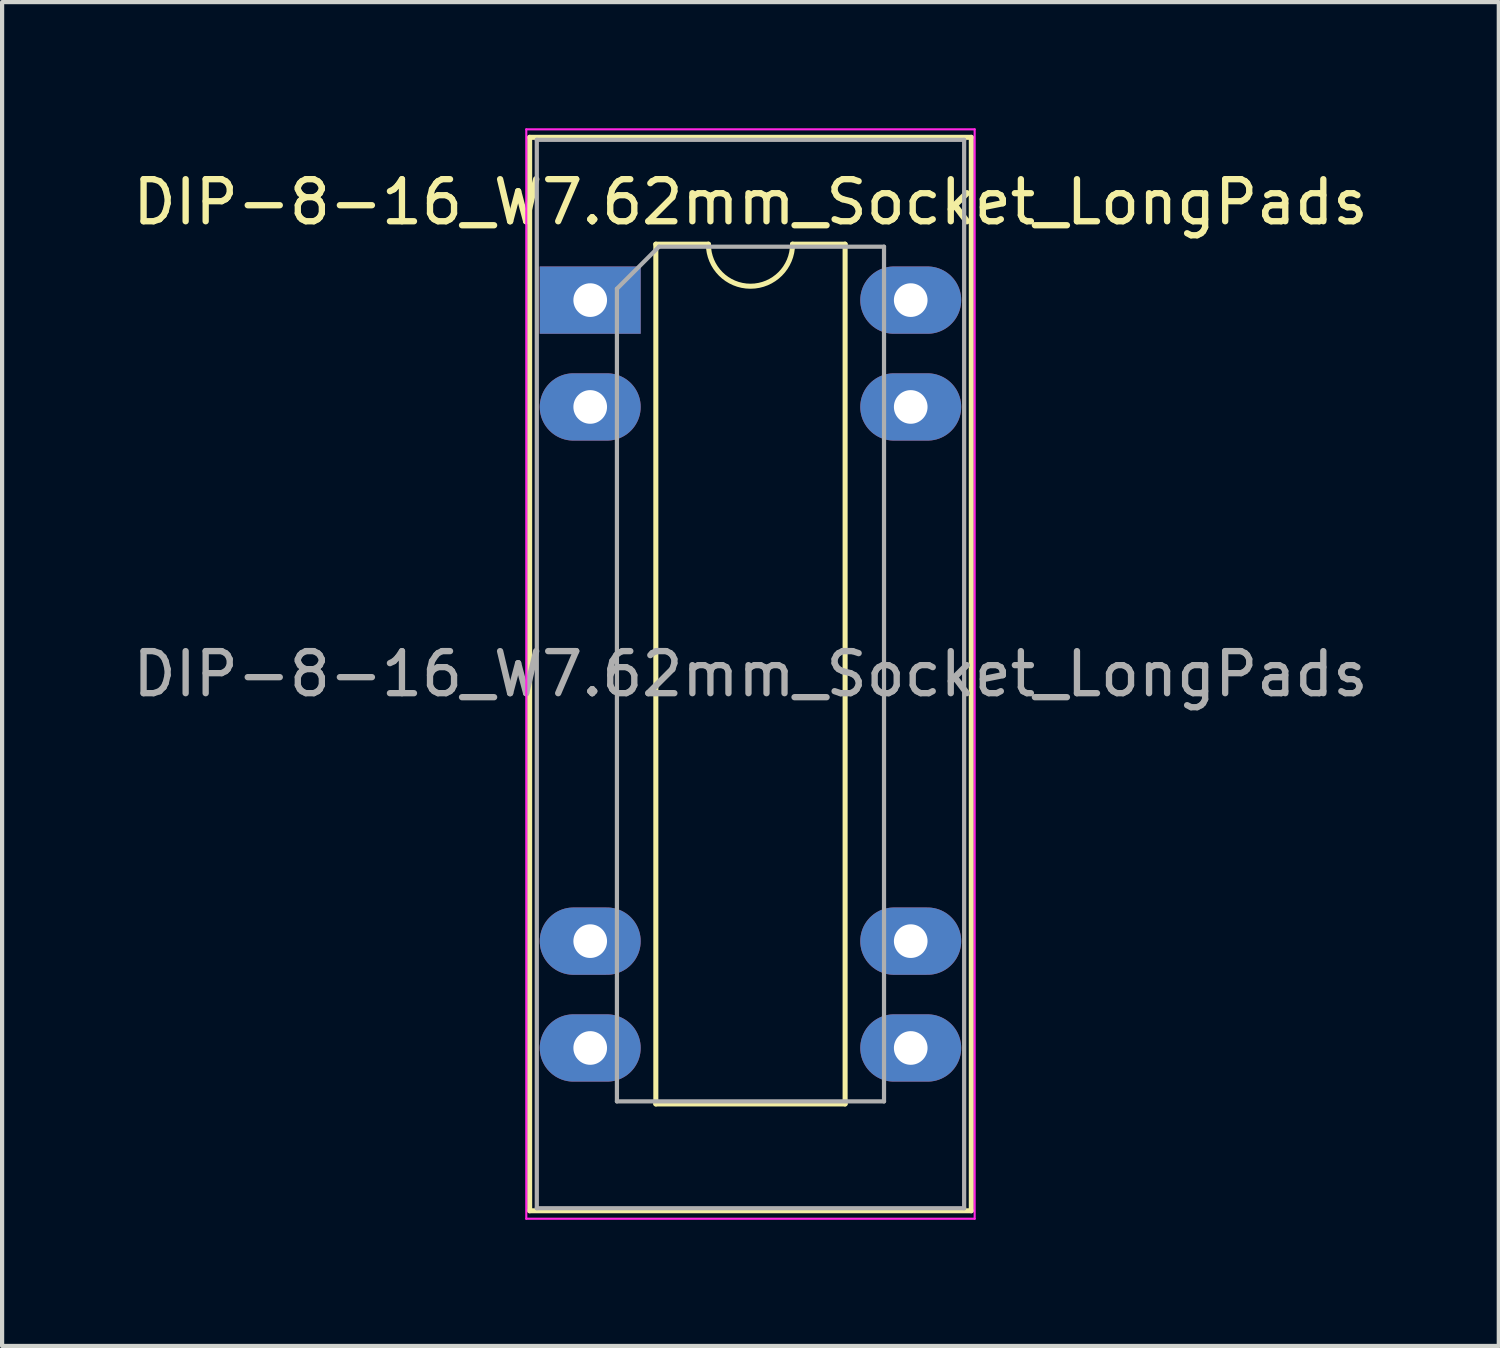
<source format=kicad_pcb>
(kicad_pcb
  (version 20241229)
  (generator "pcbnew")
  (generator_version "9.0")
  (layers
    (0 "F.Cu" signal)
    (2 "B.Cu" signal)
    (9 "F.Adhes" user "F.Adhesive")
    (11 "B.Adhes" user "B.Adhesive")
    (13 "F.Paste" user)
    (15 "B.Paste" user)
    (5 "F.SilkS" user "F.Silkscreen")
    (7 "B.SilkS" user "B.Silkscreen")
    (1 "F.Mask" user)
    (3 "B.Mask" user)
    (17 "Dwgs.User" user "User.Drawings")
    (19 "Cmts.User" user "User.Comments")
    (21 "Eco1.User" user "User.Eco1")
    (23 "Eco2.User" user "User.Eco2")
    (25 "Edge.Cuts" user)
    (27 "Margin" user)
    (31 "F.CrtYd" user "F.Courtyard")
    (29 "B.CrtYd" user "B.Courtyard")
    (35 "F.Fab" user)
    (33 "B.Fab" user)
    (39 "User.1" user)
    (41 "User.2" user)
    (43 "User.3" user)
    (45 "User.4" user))
  (footprint "DIP-8-16_W7.62mm_Socket_LongPads"
    (layer "F.Cu")
    (at 10.982 4.085)
    (property "Reference" "DIP-8-16_W7.62mm_Socket_LongPads" (at 3.81 -2.33 0) (layer "F.SilkS") (effects (font (size 1 1) (thickness 0.15))))
    (attr through_hole)
    (fp_line (start -1.44 -3.87) (end -1.44 21.65) (stroke (width 0.12) (type solid)) (layer "F.SilkS"))
    (fp_line (start -1.44 21.65) (end 9.06 21.65) (stroke (width 0.12) (type solid)) (layer "F.SilkS"))
    (fp_line (start 1.56 -1.33) (end 1.56 19.11) (stroke (width 0.12) (type solid)) (layer "F.SilkS"))
    (fp_line (start 1.56 19.11) (end 6.06 19.11) (stroke (width 0.12) (type solid)) (layer "F.SilkS"))
    (fp_line (start 2.81 -1.33) (end 1.56 -1.33) (stroke (width 0.12) (type solid)) (layer "F.SilkS"))
    (fp_line (start 6.06 -1.33) (end 4.81 -1.33) (stroke (width 0.12) (type solid)) (layer "F.SilkS"))
    (fp_line (start 6.06 19.11) (end 6.06 -1.33) (stroke (width 0.12) (type solid)) (layer "F.SilkS"))
    (fp_line (start 9.06 -3.87) (end -1.44 -3.87) (stroke (width 0.12) (type solid)) (layer "F.SilkS"))
    (fp_line (start 9.06 21.65) (end 9.06 -3.87) (stroke (width 0.12) (type solid)) (layer "F.SilkS"))
    (fp_arc (start 4.81 -1.33) (mid 3.81 -0.33) (end 2.81 -1.33) (stroke (width 0.12) (type solid)) (layer "F.SilkS"))
    (fp_line (start -1.52 -4.06) (end -1.52 21.84) (stroke (width 0.05) (type solid)) (layer "F.CrtYd"))
    (fp_line (start -1.52 21.84) (end 9.14 21.84) (stroke (width 0.05) (type solid)) (layer "F.CrtYd"))
    (fp_line (start 9.14 -4.06) (end -1.52 -4.06) (stroke (width 0.05) (type solid)) (layer "F.CrtYd"))
    (fp_line (start 9.14 21.84) (end 9.14 -4.06) (stroke (width 0.05) (type solid)) (layer "F.CrtYd"))
    (fp_line (start -1.27 -3.81) (end -1.27 21.59) (stroke (width 0.1) (type solid)) (layer "F.Fab"))
    (fp_line (start -1.27 21.59) (end 8.89 21.59) (stroke (width 0.1) (type solid)) (layer "F.Fab"))
    (fp_line (start 0.635 -0.27) (end 1.635 -1.27) (stroke (width 0.1) (type solid)) (layer "F.Fab"))
    (fp_line (start 0.635 19.05) (end 0.635 -0.27) (stroke (width 0.1) (type solid)) (layer "F.Fab"))
    (fp_line (start 1.635 -1.27) (end 6.985 -1.27) (stroke (width 0.1) (type solid)) (layer "F.Fab"))
    (fp_line (start 6.985 -1.27) (end 6.985 19.05) (stroke (width 0.1) (type solid)) (layer "F.Fab"))
    (fp_line (start 6.985 19.05) (end 0.635 19.05) (stroke (width 0.1) (type solid)) (layer "F.Fab"))
    (fp_line (start 8.89 -3.81) (end -1.27 -3.81) (stroke (width 0.1) (type solid)) (layer "F.Fab"))
    (fp_line (start 8.89 21.59) (end 8.89 -3.81) (stroke (width 0.1) (type solid)) (layer "F.Fab"))
    (fp_text user "${REFERENCE}" (at 3.81 8.89 0) (layer "F.Fab") (effects (font (size 1 1) (thickness 0.15))))
    (pad "1" thru_hole rect (at 0 0) (size 2.4 1.6) (drill 0.8) (layers "*.Cu" "*.Mask"))
    (pad "2" thru_hole oval (at 0 2.54) (size 2.4 1.6) (drill 0.8) (layers "*.Cu" "*.Mask"))
    (pad "3" thru_hole oval (at 0 15.24) (size 2.4 1.6) (drill 0.8) (layers "*.Cu" "*.Mask"))
    (pad "4" thru_hole oval (at 0 17.78) (size 2.4 1.6) (drill 0.8) (layers "*.Cu" "*.Mask"))
    (pad "5" thru_hole oval (at 7.62 17.78) (size 2.4 1.6) (drill 0.8) (layers "*.Cu" "*.Mask"))
    (pad "6" thru_hole oval (at 7.62 15.24) (size 2.4 1.6) (drill 0.8) (layers "*.Cu" "*.Mask"))
    (pad "7" thru_hole oval (at 7.62 2.54) (size 2.4 1.6) (drill 0.8) (layers "*.Cu" "*.Mask"))
    (pad "8" thru_hole oval (at 7.62 0) (size 2.4 1.6) (drill 0.8) (layers "*.Cu" "*.Mask")))
  (gr_rect
    (start -3 -3)
    (end 32.583 28.95)
    (stroke (width 0.1) (type default))
    (fill no)
    (layer "Edge.Cuts")))
</source>
